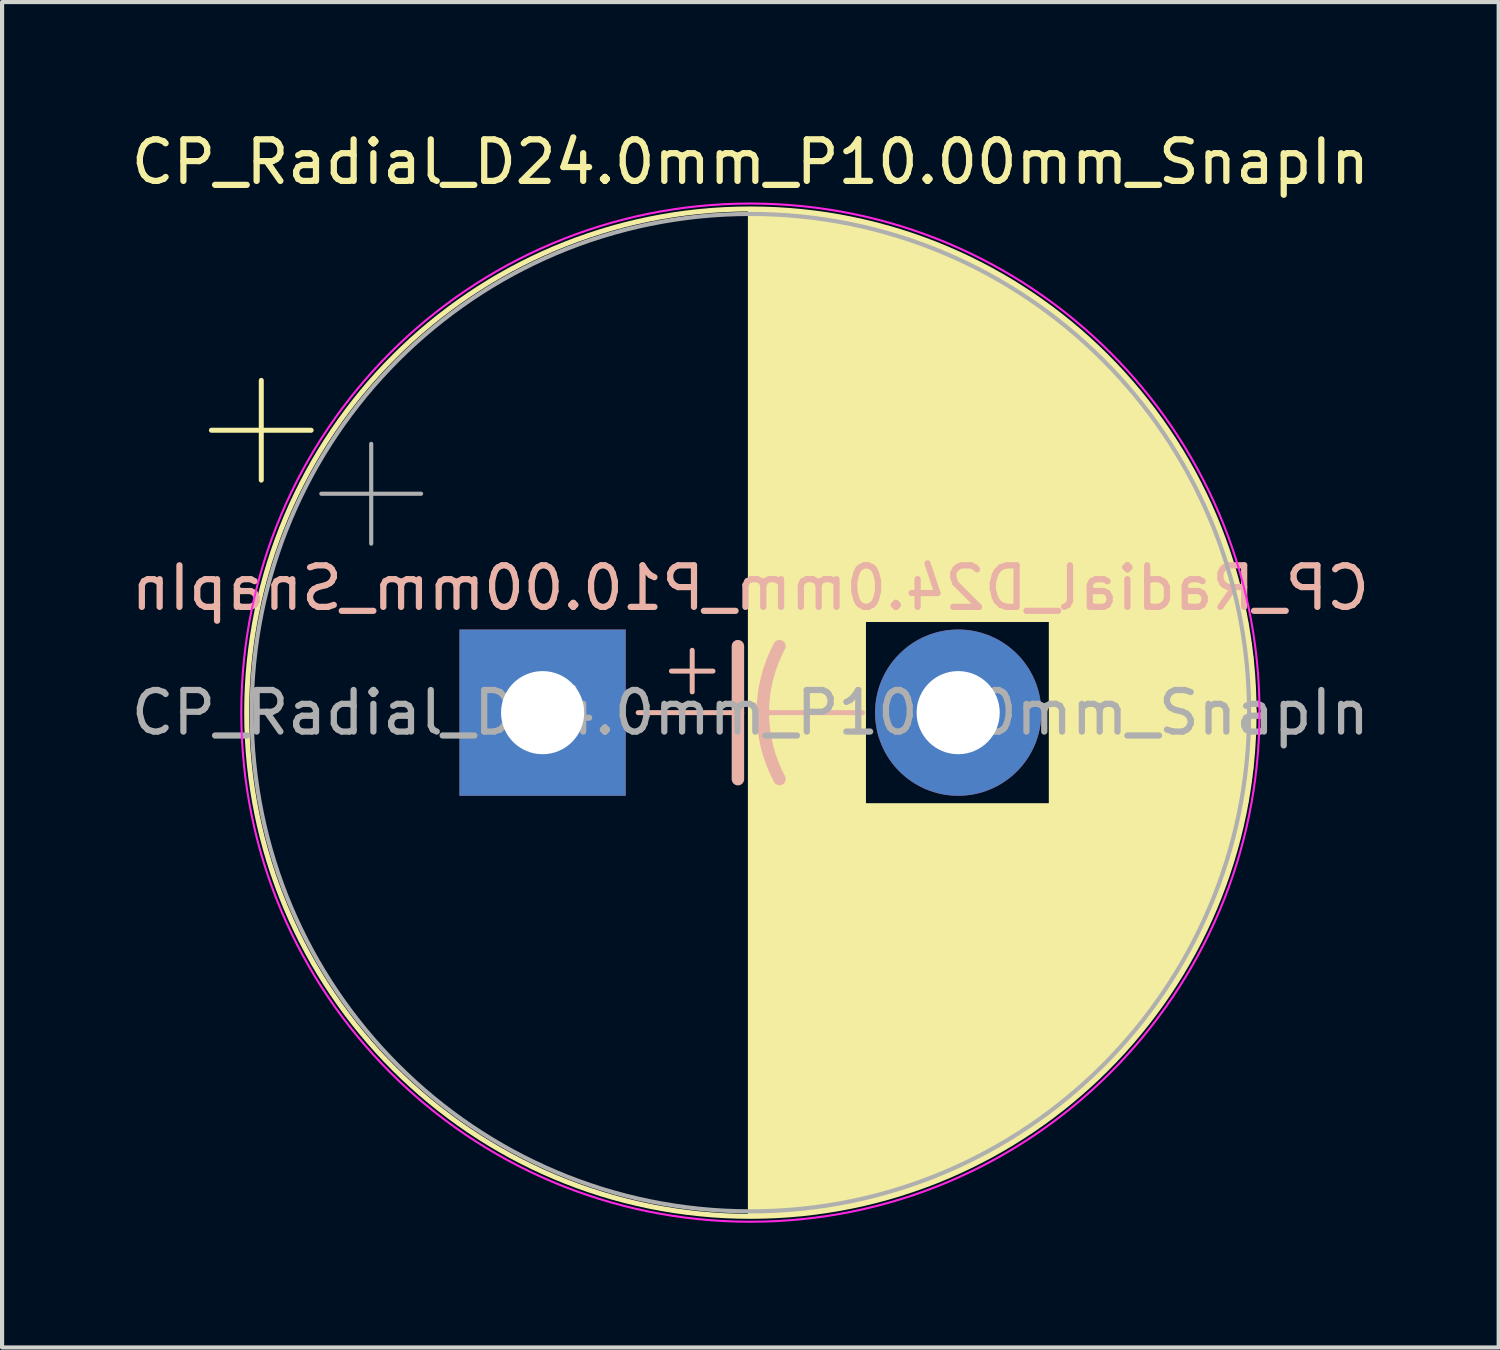
<source format=kicad_pcb>
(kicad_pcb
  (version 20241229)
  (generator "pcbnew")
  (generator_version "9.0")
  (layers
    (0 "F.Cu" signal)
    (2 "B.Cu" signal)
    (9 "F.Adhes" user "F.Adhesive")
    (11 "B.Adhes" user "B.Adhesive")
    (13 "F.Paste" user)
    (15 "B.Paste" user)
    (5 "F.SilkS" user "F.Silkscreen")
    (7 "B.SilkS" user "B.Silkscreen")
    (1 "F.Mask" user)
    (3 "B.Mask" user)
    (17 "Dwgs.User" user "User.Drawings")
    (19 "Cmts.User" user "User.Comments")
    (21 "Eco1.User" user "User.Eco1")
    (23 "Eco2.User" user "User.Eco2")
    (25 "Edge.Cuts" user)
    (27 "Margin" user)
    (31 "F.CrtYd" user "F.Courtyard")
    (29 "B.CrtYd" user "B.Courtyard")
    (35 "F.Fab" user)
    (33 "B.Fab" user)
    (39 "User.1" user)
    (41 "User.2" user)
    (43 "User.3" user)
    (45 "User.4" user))
  (footprint "CP_Radial_D24.0mm_P10.00mm_SnapIn"
    (layer "F.Cu")
    (at 10.006 14.098)
    (property "Reference" "CP_Radial_D24.0mm_P10.00mm_SnapIn" (at 5 -13.25 0) (layer "F.SilkS") (effects (font (size 1 1) (thickness 0.15))))
    (fp_line (start -7.969 -6.795) (end -5.569 -6.795) (stroke (width 0.12) (type solid)) (layer "F.SilkS"))
    (fp_line (start -6.769 -7.995) (end -6.769 -5.595) (stroke (width 0.12) (type solid)) (layer "F.SilkS"))
    (fp_line (start 5 -12.081) (end 5 12.081) (stroke (width 0.12) (type solid)) (layer "F.SilkS"))
    (fp_line (start 5.04 -12.08) (end 5.04 12.08) (stroke (width 0.12) (type solid)) (layer "F.SilkS"))
    (fp_line (start 5.08 -12.08) (end 5.08 12.08) (stroke (width 0.12) (type solid)) (layer "F.SilkS"))
    (fp_line (start 5.12 -12.08) (end 5.12 12.08) (stroke (width 0.12) (type solid)) (layer "F.SilkS"))
    (fp_line (start 5.16 -12.079) (end 5.16 12.079) (stroke (width 0.12) (type solid)) (layer "F.SilkS"))
    (fp_line (start 5.2 -12.079) (end 5.2 12.079) (stroke (width 0.12) (type solid)) (layer "F.SilkS"))
    (fp_line (start 5.24 -12.078) (end 5.24 12.078) (stroke (width 0.12) (type solid)) (layer "F.SilkS"))
    (fp_line (start 5.28 -12.077) (end 5.28 12.077) (stroke (width 0.12) (type solid)) (layer "F.SilkS"))
    (fp_line (start 5.32 -12.076) (end 5.32 12.076) (stroke (width 0.12) (type solid)) (layer "F.SilkS"))
    (fp_line (start 5.36 -12.075) (end 5.36 12.075) (stroke (width 0.12) (type solid)) (layer "F.SilkS"))
    (fp_line (start 5.4 -12.074) (end 5.4 12.074) (stroke (width 0.12) (type solid)) (layer "F.SilkS"))
    (fp_line (start 5.44 -12.073) (end 5.44 12.073) (stroke (width 0.12) (type solid)) (layer "F.SilkS"))
    (fp_line (start 5.48 -12.071) (end 5.48 12.071) (stroke (width 0.12) (type solid)) (layer "F.SilkS"))
    (fp_line (start 5.52 -12.069) (end 5.52 12.069) (stroke (width 0.12) (type solid)) (layer "F.SilkS"))
    (fp_line (start 5.56 -12.068) (end 5.56 12.068) (stroke (width 0.12) (type solid)) (layer "F.SilkS"))
    (fp_line (start 5.6 -12.066) (end 5.6 12.066) (stroke (width 0.12) (type solid)) (layer "F.SilkS"))
    (fp_line (start 5.64 -12.064) (end 5.64 12.064) (stroke (width 0.12) (type solid)) (layer "F.SilkS"))
    (fp_line (start 5.68 -12.061) (end 5.68 12.061) (stroke (width 0.12) (type solid)) (layer "F.SilkS"))
    (fp_line (start 5.721 -12.059) (end 5.721 12.059) (stroke (width 0.12) (type solid)) (layer "F.SilkS"))
    (fp_line (start 5.761 -12.057) (end 5.761 12.057) (stroke (width 0.12) (type solid)) (layer "F.SilkS"))
    (fp_line (start 5.801 -12.054) (end 5.801 12.054) (stroke (width 0.12) (type solid)) (layer "F.SilkS"))
    (fp_line (start 5.841 -12.051) (end 5.841 12.051) (stroke (width 0.12) (type solid)) (layer "F.SilkS"))
    (fp_line (start 5.881 -12.049) (end 5.881 12.049) (stroke (width 0.12) (type solid)) (layer "F.SilkS"))
    (fp_line (start 5.921 -12.046) (end 5.921 12.046) (stroke (width 0.12) (type solid)) (layer "F.SilkS"))
    (fp_line (start 5.961 -12.042) (end 5.961 12.042) (stroke (width 0.12) (type solid)) (layer "F.SilkS"))
    (fp_line (start 6.001 -12.039) (end 6.001 12.039) (stroke (width 0.12) (type solid)) (layer "F.SilkS"))
    (fp_line (start 6.041 -12.036) (end 6.041 12.036) (stroke (width 0.12) (type solid)) (layer "F.SilkS"))
    (fp_line (start 6.081 -12.032) (end 6.081 12.032) (stroke (width 0.12) (type solid)) (layer "F.SilkS"))
    (fp_line (start 6.121 -12.029) (end 6.121 12.029) (stroke (width 0.12) (type solid)) (layer "F.SilkS"))
    (fp_line (start 6.161 -12.025) (end 6.161 12.025) (stroke (width 0.12) (type solid)) (layer "F.SilkS"))
    (fp_line (start 6.201 -12.021) (end 6.201 12.021) (stroke (width 0.12) (type solid)) (layer "F.SilkS"))
    (fp_line (start 6.241 -12.017) (end 6.241 12.017) (stroke (width 0.12) (type solid)) (layer "F.SilkS"))
    (fp_line (start 6.281 -12.013) (end 6.281 12.013) (stroke (width 0.12) (type solid)) (layer "F.SilkS"))
    (fp_line (start 6.321 -12.008) (end 6.321 12.008) (stroke (width 0.12) (type solid)) (layer "F.SilkS"))
    (fp_line (start 6.361 -12.004) (end 6.361 12.004) (stroke (width 0.12) (type solid)) (layer "F.SilkS"))
    (fp_line (start 6.401 -11.999) (end 6.401 11.999) (stroke (width 0.12) (type solid)) (layer "F.SilkS"))
    (fp_line (start 6.441 -11.995) (end 6.441 11.995) (stroke (width 0.12) (type solid)) (layer "F.SilkS"))
    (fp_line (start 6.481 -11.99) (end 6.481 11.99) (stroke (width 0.12) (type solid)) (layer "F.SilkS"))
    (fp_line (start 6.521 -11.985) (end 6.521 11.985) (stroke (width 0.12) (type solid)) (layer "F.SilkS"))
    (fp_line (start 6.561 -11.98) (end 6.561 11.98) (stroke (width 0.12) (type solid)) (layer "F.SilkS"))
    (fp_line (start 6.601 -11.974) (end 6.601 11.974) (stroke (width 0.12) (type solid)) (layer "F.SilkS"))
    (fp_line (start 6.641 -11.969) (end 6.641 11.969) (stroke (width 0.12) (type solid)) (layer "F.SilkS"))
    (fp_line (start 6.681 -11.963) (end 6.681 11.963) (stroke (width 0.12) (type solid)) (layer "F.SilkS"))
    (fp_line (start 6.721 -11.958) (end 6.721 11.958) (stroke (width 0.12) (type solid)) (layer "F.SilkS"))
    (fp_line (start 6.761 -11.952) (end 6.761 11.952) (stroke (width 0.12) (type solid)) (layer "F.SilkS"))
    (fp_line (start 6.801 -11.946) (end 6.801 11.946) (stroke (width 0.12) (type solid)) (layer "F.SilkS"))
    (fp_line (start 6.841 -11.94) (end 6.841 11.94) (stroke (width 0.12) (type solid)) (layer "F.SilkS"))
    (fp_line (start 6.881 -11.934) (end 6.881 11.934) (stroke (width 0.12) (type solid)) (layer "F.SilkS"))
    (fp_line (start 6.921 -11.927) (end 6.921 11.927) (stroke (width 0.12) (type solid)) (layer "F.SilkS"))
    (fp_line (start 6.961 -11.921) (end 6.961 11.921) (stroke (width 0.12) (type solid)) (layer "F.SilkS"))
    (fp_line (start 7.001 -11.914) (end 7.001 11.914) (stroke (width 0.12) (type solid)) (layer "F.SilkS"))
    (fp_line (start 7.041 -11.908) (end 7.041 11.908) (stroke (width 0.12) (type solid)) (layer "F.SilkS"))
    (fp_line (start 7.081 -11.901) (end 7.081 11.901) (stroke (width 0.12) (type solid)) (layer "F.SilkS"))
    (fp_line (start 7.121 -11.894) (end 7.121 11.894) (stroke (width 0.12) (type solid)) (layer "F.SilkS"))
    (fp_line (start 7.161 -11.886) (end 7.161 11.886) (stroke (width 0.12) (type solid)) (layer "F.SilkS"))
    (fp_line (start 7.201 -11.879) (end 7.201 11.879) (stroke (width 0.12) (type solid)) (layer "F.SilkS"))
    (fp_line (start 7.241 -11.872) (end 7.241 11.872) (stroke (width 0.12) (type solid)) (layer "F.SilkS"))
    (fp_line (start 7.281 -11.864) (end 7.281 11.864) (stroke (width 0.12) (type solid)) (layer "F.SilkS"))
    (fp_line (start 7.321 -11.856) (end 7.321 11.856) (stroke (width 0.12) (type solid)) (layer "F.SilkS"))
    (fp_line (start 7.361 -11.849) (end 7.361 11.849) (stroke (width 0.12) (type solid)) (layer "F.SilkS"))
    (fp_line (start 7.401 -11.841) (end 7.401 11.841) (stroke (width 0.12) (type solid)) (layer "F.SilkS"))
    (fp_line (start 7.441 -11.832) (end 7.441 11.832) (stroke (width 0.12) (type solid)) (layer "F.SilkS"))
    (fp_line (start 7.481 -11.824) (end 7.481 11.824) (stroke (width 0.12) (type solid)) (layer "F.SilkS"))
    (fp_line (start 7.521 -11.816) (end 7.521 11.816) (stroke (width 0.12) (type solid)) (layer "F.SilkS"))
    (fp_line (start 7.561 -11.807) (end 7.561 11.807) (stroke (width 0.12) (type solid)) (layer "F.SilkS"))
    (fp_line (start 7.601 -11.798) (end 7.601 11.798) (stroke (width 0.12) (type solid)) (layer "F.SilkS"))
    (fp_line (start 7.641 -11.789) (end 7.641 11.789) (stroke (width 0.12) (type solid)) (layer "F.SilkS"))
    (fp_line (start 7.681 -11.78) (end 7.681 11.78) (stroke (width 0.12) (type solid)) (layer "F.SilkS"))
    (fp_line (start 7.721 -11.771) (end 7.721 11.771) (stroke (width 0.12) (type solid)) (layer "F.SilkS"))
    (fp_line (start 7.761 -11.762) (end 7.761 -2.24) (stroke (width 0.12) (type solid)) (layer "F.SilkS"))
    (fp_line (start 7.761 2.24) (end 7.761 11.762) (stroke (width 0.12) (type solid)) (layer "F.SilkS"))
    (fp_line (start 7.801 -11.753) (end 7.801 -2.24) (stroke (width 0.12) (type solid)) (layer "F.SilkS"))
    (fp_line (start 7.801 2.24) (end 7.801 11.753) (stroke (width 0.12) (type solid)) (layer "F.SilkS"))
    (fp_line (start 7.841 -11.743) (end 7.841 -2.24) (stroke (width 0.12) (type solid)) (layer "F.SilkS"))
    (fp_line (start 7.841 2.24) (end 7.841 11.743) (stroke (width 0.12) (type solid)) (layer "F.SilkS"))
    (fp_line (start 7.881 -11.733) (end 7.881 -2.24) (stroke (width 0.12) (type solid)) (layer "F.SilkS"))
    (fp_line (start 7.881 2.24) (end 7.881 11.733) (stroke (width 0.12) (type solid)) (layer "F.SilkS"))
    (fp_line (start 7.921 -11.723) (end 7.921 -2.24) (stroke (width 0.12) (type solid)) (layer "F.SilkS"))
    (fp_line (start 7.921 2.24) (end 7.921 11.723) (stroke (width 0.12) (type solid)) (layer "F.SilkS"))
    (fp_line (start 7.961 -11.713) (end 7.961 -2.24) (stroke (width 0.12) (type solid)) (layer "F.SilkS"))
    (fp_line (start 7.961 2.24) (end 7.961 11.713) (stroke (width 0.12) (type solid)) (layer "F.SilkS"))
    (fp_line (start 8.001 -11.703) (end 8.001 -2.24) (stroke (width 0.12) (type solid)) (layer "F.SilkS"))
    (fp_line (start 8.001 2.24) (end 8.001 11.703) (stroke (width 0.12) (type solid)) (layer "F.SilkS"))
    (fp_line (start 8.041 -11.693) (end 8.041 -2.24) (stroke (width 0.12) (type solid)) (layer "F.SilkS"))
    (fp_line (start 8.041 2.24) (end 8.041 11.693) (stroke (width 0.12) (type solid)) (layer "F.SilkS"))
    (fp_line (start 8.081 -11.683) (end 8.081 -2.24) (stroke (width 0.12) (type solid)) (layer "F.SilkS"))
    (fp_line (start 8.081 2.24) (end 8.081 11.683) (stroke (width 0.12) (type solid)) (layer "F.SilkS"))
    (fp_line (start 8.121 -11.672) (end 8.121 -2.24) (stroke (width 0.12) (type solid)) (layer "F.SilkS"))
    (fp_line (start 8.121 2.24) (end 8.121 11.672) (stroke (width 0.12) (type solid)) (layer "F.SilkS"))
    (fp_line (start 8.161 -11.661) (end 8.161 -2.24) (stroke (width 0.12) (type solid)) (layer "F.SilkS"))
    (fp_line (start 8.161 2.24) (end 8.161 11.661) (stroke (width 0.12) (type solid)) (layer "F.SilkS"))
    (fp_line (start 8.201 -11.65) (end 8.201 -2.24) (stroke (width 0.12) (type solid)) (layer "F.SilkS"))
    (fp_line (start 8.201 2.24) (end 8.201 11.65) (stroke (width 0.12) (type solid)) (layer "F.SilkS"))
    (fp_line (start 8.241 -11.639) (end 8.241 -2.24) (stroke (width 0.12) (type solid)) (layer "F.SilkS"))
    (fp_line (start 8.241 2.24) (end 8.241 11.639) (stroke (width 0.12) (type solid)) (layer "F.SilkS"))
    (fp_line (start 8.281 -11.628) (end 8.281 -2.24) (stroke (width 0.12) (type solid)) (layer "F.SilkS"))
    (fp_line (start 8.281 2.24) (end 8.281 11.628) (stroke (width 0.12) (type solid)) (layer "F.SilkS"))
    (fp_line (start 8.321 -11.617) (end 8.321 -2.24) (stroke (width 0.12) (type solid)) (layer "F.SilkS"))
    (fp_line (start 8.321 2.24) (end 8.321 11.617) (stroke (width 0.12) (type solid)) (layer "F.SilkS"))
    (fp_line (start 8.361 -11.605) (end 8.361 -2.24) (stroke (width 0.12) (type solid)) (layer "F.SilkS"))
    (fp_line (start 8.361 2.24) (end 8.361 11.605) (stroke (width 0.12) (type solid)) (layer "F.SilkS"))
    (fp_line (start 8.401 -11.594) (end 8.401 -2.24) (stroke (width 0.12) (type solid)) (layer "F.SilkS"))
    (fp_line (start 8.401 2.24) (end 8.401 11.594) (stroke (width 0.12) (type solid)) (layer "F.SilkS"))
    (fp_line (start 8.441 -11.582) (end 8.441 -2.24) (stroke (width 0.12) (type solid)) (layer "F.SilkS"))
    (fp_line (start 8.441 2.24) (end 8.441 11.582) (stroke (width 0.12) (type solid)) (layer "F.SilkS"))
    (fp_line (start 8.481 -11.57) (end 8.481 -2.24) (stroke (width 0.12) (type solid)) (layer "F.SilkS"))
    (fp_line (start 8.481 2.24) (end 8.481 11.57) (stroke (width 0.12) (type solid)) (layer "F.SilkS"))
    (fp_line (start 8.521 -11.558) (end 8.521 -2.24) (stroke (width 0.12) (type solid)) (layer "F.SilkS"))
    (fp_line (start 8.521 2.24) (end 8.521 11.558) (stroke (width 0.12) (type solid)) (layer "F.SilkS"))
    (fp_line (start 8.561 -11.546) (end 8.561 -2.24) (stroke (width 0.12) (type solid)) (layer "F.SilkS"))
    (fp_line (start 8.561 2.24) (end 8.561 11.546) (stroke (width 0.12) (type solid)) (layer "F.SilkS"))
    (fp_line (start 8.601 -11.534) (end 8.601 -2.24) (stroke (width 0.12) (type solid)) (layer "F.SilkS"))
    (fp_line (start 8.601 2.24) (end 8.601 11.534) (stroke (width 0.12) (type solid)) (layer "F.SilkS"))
    (fp_line (start 8.641 -11.521) (end 8.641 -2.24) (stroke (width 0.12) (type solid)) (layer "F.SilkS"))
    (fp_line (start 8.641 2.24) (end 8.641 11.521) (stroke (width 0.12) (type solid)) (layer "F.SilkS"))
    (fp_line (start 8.681 -11.508) (end 8.681 -2.24) (stroke (width 0.12) (type solid)) (layer "F.SilkS"))
    (fp_line (start 8.681 2.24) (end 8.681 11.508) (stroke (width 0.12) (type solid)) (layer "F.SilkS"))
    (fp_line (start 8.721 -11.495) (end 8.721 -2.24) (stroke (width 0.12) (type solid)) (layer "F.SilkS"))
    (fp_line (start 8.721 2.24) (end 8.721 11.495) (stroke (width 0.12) (type solid)) (layer "F.SilkS"))
    (fp_line (start 8.761 -11.483) (end 8.761 -2.24) (stroke (width 0.12) (type solid)) (layer "F.SilkS"))
    (fp_line (start 8.761 2.24) (end 8.761 11.483) (stroke (width 0.12) (type solid)) (layer "F.SilkS"))
    (fp_line (start 8.801 -11.469) (end 8.801 -2.24) (stroke (width 0.12) (type solid)) (layer "F.SilkS"))
    (fp_line (start 8.801 2.24) (end 8.801 11.469) (stroke (width 0.12) (type solid)) (layer "F.SilkS"))
    (fp_line (start 8.841 -11.456) (end 8.841 -2.24) (stroke (width 0.12) (type solid)) (layer "F.SilkS"))
    (fp_line (start 8.841 2.24) (end 8.841 11.456) (stroke (width 0.12) (type solid)) (layer "F.SilkS"))
    (fp_line (start 8.881 -11.443) (end 8.881 -2.24) (stroke (width 0.12) (type solid)) (layer "F.SilkS"))
    (fp_line (start 8.881 2.24) (end 8.881 11.443) (stroke (width 0.12) (type solid)) (layer "F.SilkS"))
    (fp_line (start 8.921 -11.429) (end 8.921 -2.24) (stroke (width 0.12) (type solid)) (layer "F.SilkS"))
    (fp_line (start 8.921 2.24) (end 8.921 11.429) (stroke (width 0.12) (type solid)) (layer "F.SilkS"))
    (fp_line (start 8.961 -11.415) (end 8.961 -2.24) (stroke (width 0.12) (type solid)) (layer "F.SilkS"))
    (fp_line (start 8.961 2.24) (end 8.961 11.415) (stroke (width 0.12) (type solid)) (layer "F.SilkS"))
    (fp_line (start 9.001 -11.401) (end 9.001 -2.24) (stroke (width 0.12) (type solid)) (layer "F.SilkS"))
    (fp_line (start 9.001 2.24) (end 9.001 11.401) (stroke (width 0.12) (type solid)) (layer "F.SilkS"))
    (fp_line (start 9.041 -11.387) (end 9.041 -2.24) (stroke (width 0.12) (type solid)) (layer "F.SilkS"))
    (fp_line (start 9.041 2.24) (end 9.041 11.387) (stroke (width 0.12) (type solid)) (layer "F.SilkS"))
    (fp_line (start 9.081 -11.373) (end 9.081 -2.24) (stroke (width 0.12) (type solid)) (layer "F.SilkS"))
    (fp_line (start 9.081 2.24) (end 9.081 11.373) (stroke (width 0.12) (type solid)) (layer "F.SilkS"))
    (fp_line (start 9.121 -11.359) (end 9.121 -2.24) (stroke (width 0.12) (type solid)) (layer "F.SilkS"))
    (fp_line (start 9.121 2.24) (end 9.121 11.359) (stroke (width 0.12) (type solid)) (layer "F.SilkS"))
    (fp_line (start 9.161 -11.344) (end 9.161 -2.24) (stroke (width 0.12) (type solid)) (layer "F.SilkS"))
    (fp_line (start 9.161 2.24) (end 9.161 11.344) (stroke (width 0.12) (type solid)) (layer "F.SilkS"))
    (fp_line (start 9.201 -11.33) (end 9.201 -2.24) (stroke (width 0.12) (type solid)) (layer "F.SilkS"))
    (fp_line (start 9.201 2.24) (end 9.201 11.33) (stroke (width 0.12) (type solid)) (layer "F.SilkS"))
    (fp_line (start 9.241 -11.315) (end 9.241 -2.24) (stroke (width 0.12) (type solid)) (layer "F.SilkS"))
    (fp_line (start 9.241 2.24) (end 9.241 11.315) (stroke (width 0.12) (type solid)) (layer "F.SilkS"))
    (fp_line (start 9.281 -11.3) (end 9.281 -2.24) (stroke (width 0.12) (type solid)) (layer "F.SilkS"))
    (fp_line (start 9.281 2.24) (end 9.281 11.3) (stroke (width 0.12) (type solid)) (layer "F.SilkS"))
    (fp_line (start 9.321 -11.284) (end 9.321 -2.24) (stroke (width 0.12) (type solid)) (layer "F.SilkS"))
    (fp_line (start 9.321 2.24) (end 9.321 11.284) (stroke (width 0.12) (type solid)) (layer "F.SilkS"))
    (fp_line (start 9.361 -11.269) (end 9.361 -2.24) (stroke (width 0.12) (type solid)) (layer "F.SilkS"))
    (fp_line (start 9.361 2.24) (end 9.361 11.269) (stroke (width 0.12) (type solid)) (layer "F.SilkS"))
    (fp_line (start 9.401 -11.254) (end 9.401 -2.24) (stroke (width 0.12) (type solid)) (layer "F.SilkS"))
    (fp_line (start 9.401 2.24) (end 9.401 11.254) (stroke (width 0.12) (type solid)) (layer "F.SilkS"))
    (fp_line (start 9.441 -11.238) (end 9.441 -2.24) (stroke (width 0.12) (type solid)) (layer "F.SilkS"))
    (fp_line (start 9.441 2.24) (end 9.441 11.238) (stroke (width 0.12) (type solid)) (layer "F.SilkS"))
    (fp_line (start 9.481 -11.222) (end 9.481 -2.24) (stroke (width 0.12) (type solid)) (layer "F.SilkS"))
    (fp_line (start 9.481 2.24) (end 9.481 11.222) (stroke (width 0.12) (type solid)) (layer "F.SilkS"))
    (fp_line (start 9.521 -11.206) (end 9.521 -2.24) (stroke (width 0.12) (type solid)) (layer "F.SilkS"))
    (fp_line (start 9.521 2.24) (end 9.521 11.206) (stroke (width 0.12) (type solid)) (layer "F.SilkS"))
    (fp_line (start 9.561 -11.19) (end 9.561 -2.24) (stroke (width 0.12) (type solid)) (layer "F.SilkS"))
    (fp_line (start 9.561 2.24) (end 9.561 11.19) (stroke (width 0.12) (type solid)) (layer "F.SilkS"))
    (fp_line (start 9.601 -11.174) (end 9.601 -2.24) (stroke (width 0.12) (type solid)) (layer "F.SilkS"))
    (fp_line (start 9.601 2.24) (end 9.601 11.174) (stroke (width 0.12) (type solid)) (layer "F.SilkS"))
    (fp_line (start 9.641 -11.157) (end 9.641 -2.24) (stroke (width 0.12) (type solid)) (layer "F.SilkS"))
    (fp_line (start 9.641 2.24) (end 9.641 11.157) (stroke (width 0.12) (type solid)) (layer "F.SilkS"))
    (fp_line (start 9.681 -11.14) (end 9.681 -2.24) (stroke (width 0.12) (type solid)) (layer "F.SilkS"))
    (fp_line (start 9.681 2.24) (end 9.681 11.14) (stroke (width 0.12) (type solid)) (layer "F.SilkS"))
    (fp_line (start 9.721 -11.124) (end 9.721 -2.24) (stroke (width 0.12) (type solid)) (layer "F.SilkS"))
    (fp_line (start 9.721 2.24) (end 9.721 11.124) (stroke (width 0.12) (type solid)) (layer "F.SilkS"))
    (fp_line (start 9.761 -11.107) (end 9.761 -2.24) (stroke (width 0.12) (type solid)) (layer "F.SilkS"))
    (fp_line (start 9.761 2.24) (end 9.761 11.107) (stroke (width 0.12) (type solid)) (layer "F.SilkS"))
    (fp_line (start 9.801 -11.089) (end 9.801 -2.24) (stroke (width 0.12) (type solid)) (layer "F.SilkS"))
    (fp_line (start 9.801 2.24) (end 9.801 11.089) (stroke (width 0.12) (type solid)) (layer "F.SilkS"))
    (fp_line (start 9.841 -11.072) (end 9.841 -2.24) (stroke (width 0.12) (type solid)) (layer "F.SilkS"))
    (fp_line (start 9.841 2.24) (end 9.841 11.072) (stroke (width 0.12) (type solid)) (layer "F.SilkS"))
    (fp_line (start 9.881 -11.055) (end 9.881 -2.24) (stroke (width 0.12) (type solid)) (layer "F.SilkS"))
    (fp_line (start 9.881 2.24) (end 9.881 11.055) (stroke (width 0.12) (type solid)) (layer "F.SilkS"))
    (fp_line (start 9.921 -11.037) (end 9.921 -2.24) (stroke (width 0.12) (type solid)) (layer "F.SilkS"))
    (fp_line (start 9.921 2.24) (end 9.921 11.037) (stroke (width 0.12) (type solid)) (layer "F.SilkS"))
    (fp_line (start 9.961 -11.019) (end 9.961 -2.24) (stroke (width 0.12) (type solid)) (layer "F.SilkS"))
    (fp_line (start 9.961 2.24) (end 9.961 11.019) (stroke (width 0.12) (type solid)) (layer "F.SilkS"))
    (fp_line (start 10.001 -11.001) (end 10.001 -2.24) (stroke (width 0.12) (type solid)) (layer "F.SilkS"))
    (fp_line (start 10.001 2.24) (end 10.001 11.001) (stroke (width 0.12) (type solid)) (layer "F.SilkS"))
    (fp_line (start 10.041 -10.983) (end 10.041 -2.24) (stroke (width 0.12) (type solid)) (layer "F.SilkS"))
    (fp_line (start 10.041 2.24) (end 10.041 10.983) (stroke (width 0.12) (type solid)) (layer "F.SilkS"))
    (fp_line (start 10.081 -10.964) (end 10.081 -2.24) (stroke (width 0.12) (type solid)) (layer "F.SilkS"))
    (fp_line (start 10.081 2.24) (end 10.081 10.964) (stroke (width 0.12) (type solid)) (layer "F.SilkS"))
    (fp_line (start 10.121 -10.946) (end 10.121 -2.24) (stroke (width 0.12) (type solid)) (layer "F.SilkS"))
    (fp_line (start 10.121 2.24) (end 10.121 10.946) (stroke (width 0.12) (type solid)) (layer "F.SilkS"))
    (fp_line (start 10.161 -10.927) (end 10.161 -2.24) (stroke (width 0.12) (type solid)) (layer "F.SilkS"))
    (fp_line (start 10.161 2.24) (end 10.161 10.927) (stroke (width 0.12) (type solid)) (layer "F.SilkS"))
    (fp_line (start 10.201 -10.908) (end 10.201 -2.24) (stroke (width 0.12) (type solid)) (layer "F.SilkS"))
    (fp_line (start 10.201 2.24) (end 10.201 10.908) (stroke (width 0.12) (type solid)) (layer "F.SilkS"))
    (fp_line (start 10.241 -10.889) (end 10.241 -2.24) (stroke (width 0.12) (type solid)) (layer "F.SilkS"))
    (fp_line (start 10.241 2.24) (end 10.241 10.889) (stroke (width 0.12) (type solid)) (layer "F.SilkS"))
    (fp_line (start 10.281 -10.87) (end 10.281 -2.24) (stroke (width 0.12) (type solid)) (layer "F.SilkS"))
    (fp_line (start 10.281 2.24) (end 10.281 10.87) (stroke (width 0.12) (type solid)) (layer "F.SilkS"))
    (fp_line (start 10.321 -10.85) (end 10.321 -2.24) (stroke (width 0.12) (type solid)) (layer "F.SilkS"))
    (fp_line (start 10.321 2.24) (end 10.321 10.85) (stroke (width 0.12) (type solid)) (layer "F.SilkS"))
    (fp_line (start 10.361 -10.831) (end 10.361 -2.24) (stroke (width 0.12) (type solid)) (layer "F.SilkS"))
    (fp_line (start 10.361 2.24) (end 10.361 10.831) (stroke (width 0.12) (type solid)) (layer "F.SilkS"))
    (fp_line (start 10.401 -10.811) (end 10.401 -2.24) (stroke (width 0.12) (type solid)) (layer "F.SilkS"))
    (fp_line (start 10.401 2.24) (end 10.401 10.811) (stroke (width 0.12) (type solid)) (layer "F.SilkS"))
    (fp_line (start 10.441 -10.791) (end 10.441 -2.24) (stroke (width 0.12) (type solid)) (layer "F.SilkS"))
    (fp_line (start 10.441 2.24) (end 10.441 10.791) (stroke (width 0.12) (type solid)) (layer "F.SilkS"))
    (fp_line (start 10.481 -10.771) (end 10.481 -2.24) (stroke (width 0.12) (type solid)) (layer "F.SilkS"))
    (fp_line (start 10.481 2.24) (end 10.481 10.771) (stroke (width 0.12) (type solid)) (layer "F.SilkS"))
    (fp_line (start 10.521 -10.75) (end 10.521 -2.24) (stroke (width 0.12) (type solid)) (layer "F.SilkS"))
    (fp_line (start 10.521 2.24) (end 10.521 10.75) (stroke (width 0.12) (type solid)) (layer "F.SilkS"))
    (fp_line (start 10.561 -10.73) (end 10.561 -2.24) (stroke (width 0.12) (type solid)) (layer "F.SilkS"))
    (fp_line (start 10.561 2.24) (end 10.561 10.73) (stroke (width 0.12) (type solid)) (layer "F.SilkS"))
    (fp_line (start 10.601 -10.709) (end 10.601 -2.24) (stroke (width 0.12) (type solid)) (layer "F.SilkS"))
    (fp_line (start 10.601 2.24) (end 10.601 10.709) (stroke (width 0.12) (type solid)) (layer "F.SilkS"))
    (fp_line (start 10.641 -10.688) (end 10.641 -2.24) (stroke (width 0.12) (type solid)) (layer "F.SilkS"))
    (fp_line (start 10.641 2.24) (end 10.641 10.688) (stroke (width 0.12) (type solid)) (layer "F.SilkS"))
    (fp_line (start 10.681 -10.667) (end 10.681 -2.24) (stroke (width 0.12) (type solid)) (layer "F.SilkS"))
    (fp_line (start 10.681 2.24) (end 10.681 10.667) (stroke (width 0.12) (type solid)) (layer "F.SilkS"))
    (fp_line (start 10.721 -10.646) (end 10.721 -2.24) (stroke (width 0.12) (type solid)) (layer "F.SilkS"))
    (fp_line (start 10.721 2.24) (end 10.721 10.646) (stroke (width 0.12) (type solid)) (layer "F.SilkS"))
    (fp_line (start 10.761 -10.624) (end 10.761 -2.24) (stroke (width 0.12) (type solid)) (layer "F.SilkS"))
    (fp_line (start 10.761 2.24) (end 10.761 10.624) (stroke (width 0.12) (type solid)) (layer "F.SilkS"))
    (fp_line (start 10.801 -10.603) (end 10.801 -2.24) (stroke (width 0.12) (type solid)) (layer "F.SilkS"))
    (fp_line (start 10.801 2.24) (end 10.801 10.603) (stroke (width 0.12) (type solid)) (layer "F.SilkS"))
    (fp_line (start 10.841 -10.581) (end 10.841 -2.24) (stroke (width 0.12) (type solid)) (layer "F.SilkS"))
    (fp_line (start 10.841 2.24) (end 10.841 10.581) (stroke (width 0.12) (type solid)) (layer "F.SilkS"))
    (fp_line (start 10.881 -10.559) (end 10.881 -2.24) (stroke (width 0.12) (type solid)) (layer "F.SilkS"))
    (fp_line (start 10.881 2.24) (end 10.881 10.559) (stroke (width 0.12) (type solid)) (layer "F.SilkS"))
    (fp_line (start 10.921 -10.536) (end 10.921 -2.24) (stroke (width 0.12) (type solid)) (layer "F.SilkS"))
    (fp_line (start 10.921 2.24) (end 10.921 10.536) (stroke (width 0.12) (type solid)) (layer "F.SilkS"))
    (fp_line (start 10.961 -10.514) (end 10.961 -2.24) (stroke (width 0.12) (type solid)) (layer "F.SilkS"))
    (fp_line (start 10.961 2.24) (end 10.961 10.514) (stroke (width 0.12) (type solid)) (layer "F.SilkS"))
    (fp_line (start 11.001 -10.491) (end 11.001 -2.24) (stroke (width 0.12) (type solid)) (layer "F.SilkS"))
    (fp_line (start 11.001 2.24) (end 11.001 10.491) (stroke (width 0.12) (type solid)) (layer "F.SilkS"))
    (fp_line (start 11.041 -10.468) (end 11.041 -2.24) (stroke (width 0.12) (type solid)) (layer "F.SilkS"))
    (fp_line (start 11.041 2.24) (end 11.041 10.468) (stroke (width 0.12) (type solid)) (layer "F.SilkS"))
    (fp_line (start 11.081 -10.445) (end 11.081 -2.24) (stroke (width 0.12) (type solid)) (layer "F.SilkS"))
    (fp_line (start 11.081 2.24) (end 11.081 10.445) (stroke (width 0.12) (type solid)) (layer "F.SilkS"))
    (fp_line (start 11.121 -10.422) (end 11.121 -2.24) (stroke (width 0.12) (type solid)) (layer "F.SilkS"))
    (fp_line (start 11.121 2.24) (end 11.121 10.422) (stroke (width 0.12) (type solid)) (layer "F.SilkS"))
    (fp_line (start 11.161 -10.398) (end 11.161 -2.24) (stroke (width 0.12) (type solid)) (layer "F.SilkS"))
    (fp_line (start 11.161 2.24) (end 11.161 10.398) (stroke (width 0.12) (type solid)) (layer "F.SilkS"))
    (fp_line (start 11.201 -10.375) (end 11.201 -2.24) (stroke (width 0.12) (type solid)) (layer "F.SilkS"))
    (fp_line (start 11.201 2.24) (end 11.201 10.375) (stroke (width 0.12) (type solid)) (layer "F.SilkS"))
    (fp_line (start 11.241 -10.351) (end 11.241 -2.24) (stroke (width 0.12) (type solid)) (layer "F.SilkS"))
    (fp_line (start 11.241 2.24) (end 11.241 10.351) (stroke (width 0.12) (type solid)) (layer "F.SilkS"))
    (fp_line (start 11.281 -10.327) (end 11.281 -2.24) (stroke (width 0.12) (type solid)) (layer "F.SilkS"))
    (fp_line (start 11.281 2.24) (end 11.281 10.327) (stroke (width 0.12) (type solid)) (layer "F.SilkS"))
    (fp_line (start 11.321 -10.302) (end 11.321 -2.24) (stroke (width 0.12) (type solid)) (layer "F.SilkS"))
    (fp_line (start 11.321 2.24) (end 11.321 10.302) (stroke (width 0.12) (type solid)) (layer "F.SilkS"))
    (fp_line (start 11.361 -10.278) (end 11.361 -2.24) (stroke (width 0.12) (type solid)) (layer "F.SilkS"))
    (fp_line (start 11.361 2.24) (end 11.361 10.278) (stroke (width 0.12) (type solid)) (layer "F.SilkS"))
    (fp_line (start 11.401 -10.253) (end 11.401 -2.24) (stroke (width 0.12) (type solid)) (layer "F.SilkS"))
    (fp_line (start 11.401 2.24) (end 11.401 10.253) (stroke (width 0.12) (type solid)) (layer "F.SilkS"))
    (fp_line (start 11.441 -10.228) (end 11.441 -2.24) (stroke (width 0.12) (type solid)) (layer "F.SilkS"))
    (fp_line (start 11.441 2.24) (end 11.441 10.228) (stroke (width 0.12) (type solid)) (layer "F.SilkS"))
    (fp_line (start 11.481 -10.203) (end 11.481 -2.24) (stroke (width 0.12) (type solid)) (layer "F.SilkS"))
    (fp_line (start 11.481 2.24) (end 11.481 10.203) (stroke (width 0.12) (type solid)) (layer "F.SilkS"))
    (fp_line (start 11.521 -10.177) (end 11.521 -2.24) (stroke (width 0.12) (type solid)) (layer "F.SilkS"))
    (fp_line (start 11.521 2.24) (end 11.521 10.177) (stroke (width 0.12) (type solid)) (layer "F.SilkS"))
    (fp_line (start 11.561 -10.152) (end 11.561 -2.24) (stroke (width 0.12) (type solid)) (layer "F.SilkS"))
    (fp_line (start 11.561 2.24) (end 11.561 10.152) (stroke (width 0.12) (type solid)) (layer "F.SilkS"))
    (fp_line (start 11.601 -10.126) (end 11.601 -2.24) (stroke (width 0.12) (type solid)) (layer "F.SilkS"))
    (fp_line (start 11.601 2.24) (end 11.601 10.126) (stroke (width 0.12) (type solid)) (layer "F.SilkS"))
    (fp_line (start 11.641 -10.1) (end 11.641 -2.24) (stroke (width 0.12) (type solid)) (layer "F.SilkS"))
    (fp_line (start 11.641 2.24) (end 11.641 10.1) (stroke (width 0.12) (type solid)) (layer "F.SilkS"))
    (fp_line (start 11.681 -10.073) (end 11.681 -2.24) (stroke (width 0.12) (type solid)) (layer "F.SilkS"))
    (fp_line (start 11.681 2.24) (end 11.681 10.073) (stroke (width 0.12) (type solid)) (layer "F.SilkS"))
    (fp_line (start 11.721 -10.047) (end 11.721 -2.24) (stroke (width 0.12) (type solid)) (layer "F.SilkS"))
    (fp_line (start 11.721 2.24) (end 11.721 10.047) (stroke (width 0.12) (type solid)) (layer "F.SilkS"))
    (fp_line (start 11.761 -10.02) (end 11.761 -2.24) (stroke (width 0.12) (type solid)) (layer "F.SilkS"))
    (fp_line (start 11.761 2.24) (end 11.761 10.02) (stroke (width 0.12) (type solid)) (layer "F.SilkS"))
    (fp_line (start 11.801 -9.993) (end 11.801 -2.24) (stroke (width 0.12) (type solid)) (layer "F.SilkS"))
    (fp_line (start 11.801 2.24) (end 11.801 9.993) (stroke (width 0.12) (type solid)) (layer "F.SilkS"))
    (fp_line (start 11.841 -9.966) (end 11.841 -2.24) (stroke (width 0.12) (type solid)) (layer "F.SilkS"))
    (fp_line (start 11.841 2.24) (end 11.841 9.966) (stroke (width 0.12) (type solid)) (layer "F.SilkS"))
    (fp_line (start 11.881 -9.938) (end 11.881 -2.24) (stroke (width 0.12) (type solid)) (layer "F.SilkS"))
    (fp_line (start 11.881 2.24) (end 11.881 9.938) (stroke (width 0.12) (type solid)) (layer "F.SilkS"))
    (fp_line (start 11.921 -9.911) (end 11.921 -2.24) (stroke (width 0.12) (type solid)) (layer "F.SilkS"))
    (fp_line (start 11.921 2.24) (end 11.921 9.911) (stroke (width 0.12) (type solid)) (layer "F.SilkS"))
    (fp_line (start 11.961 -9.883) (end 11.961 -2.24) (stroke (width 0.12) (type solid)) (layer "F.SilkS"))
    (fp_line (start 11.961 2.24) (end 11.961 9.883) (stroke (width 0.12) (type solid)) (layer "F.SilkS"))
    (fp_line (start 12.001 -9.855) (end 12.001 -2.24) (stroke (width 0.12) (type solid)) (layer "F.SilkS"))
    (fp_line (start 12.001 2.24) (end 12.001 9.855) (stroke (width 0.12) (type solid)) (layer "F.SilkS"))
    (fp_line (start 12.041 -9.826) (end 12.041 -2.24) (stroke (width 0.12) (type solid)) (layer "F.SilkS"))
    (fp_line (start 12.041 2.24) (end 12.041 9.826) (stroke (width 0.12) (type solid)) (layer "F.SilkS"))
    (fp_line (start 12.081 -9.798) (end 12.081 -2.24) (stroke (width 0.12) (type solid)) (layer "F.SilkS"))
    (fp_line (start 12.081 2.24) (end 12.081 9.798) (stroke (width 0.12) (type solid)) (layer "F.SilkS"))
    (fp_line (start 12.121 -9.769) (end 12.121 -2.24) (stroke (width 0.12) (type solid)) (layer "F.SilkS"))
    (fp_line (start 12.121 2.24) (end 12.121 9.769) (stroke (width 0.12) (type solid)) (layer "F.SilkS"))
    (fp_line (start 12.161 -9.739) (end 12.161 -2.24) (stroke (width 0.12) (type solid)) (layer "F.SilkS"))
    (fp_line (start 12.161 2.24) (end 12.161 9.739) (stroke (width 0.12) (type solid)) (layer "F.SilkS"))
    (fp_line (start 12.201 -9.71) (end 12.201 -2.24) (stroke (width 0.12) (type solid)) (layer "F.SilkS"))
    (fp_line (start 12.201 2.24) (end 12.201 9.71) (stroke (width 0.12) (type solid)) (layer "F.SilkS"))
    (fp_line (start 12.241 -9.68) (end 12.241 9.68) (stroke (width 0.12) (type solid)) (layer "F.SilkS"))
    (fp_line (start 12.281 -9.65) (end 12.281 9.65) (stroke (width 0.12) (type solid)) (layer "F.SilkS"))
    (fp_line (start 12.321 -9.62) (end 12.321 9.62) (stroke (width 0.12) (type solid)) (layer "F.SilkS"))
    (fp_line (start 12.361 -9.59) (end 12.361 9.59) (stroke (width 0.12) (type solid)) (layer "F.SilkS"))
    (fp_line (start 12.401 -9.559) (end 12.401 9.559) (stroke (width 0.12) (type solid)) (layer "F.SilkS"))
    (fp_line (start 12.441 -9.528) (end 12.441 9.528) (stroke (width 0.12) (type solid)) (layer "F.SilkS"))
    (fp_line (start 12.481 -9.497) (end 12.481 9.497) (stroke (width 0.12) (type solid)) (layer "F.SilkS"))
    (fp_line (start 12.521 -9.465) (end 12.521 9.465) (stroke (width 0.12) (type solid)) (layer "F.SilkS"))
    (fp_line (start 12.561 -9.434) (end 12.561 9.434) (stroke (width 0.12) (type solid)) (layer "F.SilkS"))
    (fp_line (start 12.601 -9.402) (end 12.601 9.402) (stroke (width 0.12) (type solid)) (layer "F.SilkS"))
    (fp_line (start 12.641 -9.369) (end 12.641 9.369) (stroke (width 0.12) (type solid)) (layer "F.SilkS"))
    (fp_line (start 12.681 -9.337) (end 12.681 9.337) (stroke (width 0.12) (type solid)) (layer "F.SilkS"))
    (fp_line (start 12.721 -9.304) (end 12.721 9.304) (stroke (width 0.12) (type solid)) (layer "F.SilkS"))
    (fp_line (start 12.761 -9.271) (end 12.761 9.271) (stroke (width 0.12) (type solid)) (layer "F.SilkS"))
    (fp_line (start 12.801 -9.237) (end 12.801 9.237) (stroke (width 0.12) (type solid)) (layer "F.SilkS"))
    (fp_line (start 12.841 -9.203) (end 12.841 9.203) (stroke (width 0.12) (type solid)) (layer "F.SilkS"))
    (fp_line (start 12.881 -9.169) (end 12.881 9.169) (stroke (width 0.12) (type solid)) (layer "F.SilkS"))
    (fp_line (start 12.921 -9.135) (end 12.921 9.135) (stroke (width 0.12) (type solid)) (layer "F.SilkS"))
    (fp_line (start 12.961 -9.1) (end 12.961 9.1) (stroke (width 0.12) (type solid)) (layer "F.SilkS"))
    (fp_line (start 13.001 -9.065) (end 13.001 9.065) (stroke (width 0.12) (type solid)) (layer "F.SilkS"))
    (fp_line (start 13.041 -9.03) (end 13.041 9.03) (stroke (width 0.12) (type solid)) (layer "F.SilkS"))
    (fp_line (start 13.081 -8.994) (end 13.081 8.994) (stroke (width 0.12) (type solid)) (layer "F.SilkS"))
    (fp_line (start 13.121 -8.958) (end 13.121 8.958) (stroke (width 0.12) (type solid)) (layer "F.SilkS"))
    (fp_line (start 13.161 -8.922) (end 13.161 8.922) (stroke (width 0.12) (type solid)) (layer "F.SilkS"))
    (fp_line (start 13.2 -8.885) (end 13.2 8.885) (stroke (width 0.12) (type solid)) (layer "F.SilkS"))
    (fp_line (start 13.24 -8.849) (end 13.24 8.849) (stroke (width 0.12) (type solid)) (layer "F.SilkS"))
    (fp_line (start 13.28 -8.811) (end 13.28 8.811) (stroke (width 0.12) (type solid)) (layer "F.SilkS"))
    (fp_line (start 13.32 -8.774) (end 13.32 8.774) (stroke (width 0.12) (type solid)) (layer "F.SilkS"))
    (fp_line (start 13.36 -8.736) (end 13.36 8.736) (stroke (width 0.12) (type solid)) (layer "F.SilkS"))
    (fp_line (start 13.4 -8.697) (end 13.4 8.697) (stroke (width 0.12) (type solid)) (layer "F.SilkS"))
    (fp_line (start 13.44 -8.659) (end 13.44 8.659) (stroke (width 0.12) (type solid)) (layer "F.SilkS"))
    (fp_line (start 13.48 -8.62) (end 13.48 8.62) (stroke (width 0.12) (type solid)) (layer "F.SilkS"))
    (fp_line (start 13.52 -8.58) (end 13.52 8.58) (stroke (width 0.12) (type solid)) (layer "F.SilkS"))
    (fp_line (start 13.56 -8.541) (end 13.56 8.541) (stroke (width 0.12) (type solid)) (layer "F.SilkS"))
    (fp_line (start 13.6 -8.501) (end 13.6 8.501) (stroke (width 0.12) (type solid)) (layer "F.SilkS"))
    (fp_line (start 13.64 -8.46) (end 13.64 8.46) (stroke (width 0.12) (type solid)) (layer "F.SilkS"))
    (fp_line (start 13.68 -8.419) (end 13.68 8.419) (stroke (width 0.12) (type solid)) (layer "F.SilkS"))
    (fp_line (start 13.72 -8.378) (end 13.72 8.378) (stroke (width 0.12) (type solid)) (layer "F.SilkS"))
    (fp_line (start 13.76 -8.336) (end 13.76 8.336) (stroke (width 0.12) (type solid)) (layer "F.SilkS"))
    (fp_line (start 13.8 -8.294) (end 13.8 8.294) (stroke (width 0.12) (type solid)) (layer "F.SilkS"))
    (fp_line (start 13.84 -8.252) (end 13.84 8.252) (stroke (width 0.12) (type solid)) (layer "F.SilkS"))
    (fp_line (start 13.88 -8.209) (end 13.88 8.209) (stroke (width 0.12) (type solid)) (layer "F.SilkS"))
    (fp_line (start 13.92 -8.166) (end 13.92 8.166) (stroke (width 0.12) (type solid)) (layer "F.SilkS"))
    (fp_line (start 13.96 -8.122) (end 13.96 8.122) (stroke (width 0.12) (type solid)) (layer "F.SilkS"))
    (fp_line (start 14 -8.078) (end 14 8.078) (stroke (width 0.12) (type solid)) (layer "F.SilkS"))
    (fp_line (start 14.04 -8.033) (end 14.04 8.033) (stroke (width 0.12) (type solid)) (layer "F.SilkS"))
    (fp_line (start 14.08 -7.988) (end 14.08 7.988) (stroke (width 0.12) (type solid)) (layer "F.SilkS"))
    (fp_line (start 14.12 -7.943) (end 14.12 7.943) (stroke (width 0.12) (type solid)) (layer "F.SilkS"))
    (fp_line (start 14.16 -7.897) (end 14.16 7.897) (stroke (width 0.12) (type solid)) (layer "F.SilkS"))
    (fp_line (start 14.2 -7.851) (end 14.2 7.851) (stroke (width 0.12) (type solid)) (layer "F.SilkS"))
    (fp_line (start 14.24 -7.804) (end 14.24 7.804) (stroke (width 0.12) (type solid)) (layer "F.SilkS"))
    (fp_line (start 14.28 -7.756) (end 14.28 7.756) (stroke (width 0.12) (type solid)) (layer "F.SilkS"))
    (fp_line (start 14.32 -7.709) (end 14.32 7.709) (stroke (width 0.12) (type solid)) (layer "F.SilkS"))
    (fp_line (start 14.36 -7.66) (end 14.36 7.66) (stroke (width 0.12) (type solid)) (layer "F.SilkS"))
    (fp_line (start 14.4 -7.611) (end 14.4 7.611) (stroke (width 0.12) (type solid)) (layer "F.SilkS"))
    (fp_line (start 14.44 -7.562) (end 14.44 7.562) (stroke (width 0.12) (type solid)) (layer "F.SilkS"))
    (fp_line (start 14.48 -7.512) (end 14.48 7.512) (stroke (width 0.12) (type solid)) (layer "F.SilkS"))
    (fp_line (start 14.52 -7.461) (end 14.52 7.461) (stroke (width 0.12) (type solid)) (layer "F.SilkS"))
    (fp_line (start 14.56 -7.41) (end 14.56 7.41) (stroke (width 0.12) (type solid)) (layer "F.SilkS"))
    (fp_line (start 14.6 -7.359) (end 14.6 7.359) (stroke (width 0.12) (type solid)) (layer "F.SilkS"))
    (fp_line (start 14.64 -7.307) (end 14.64 7.307) (stroke (width 0.12) (type solid)) (layer "F.SilkS"))
    (fp_line (start 14.68 -7.254) (end 14.68 7.254) (stroke (width 0.12) (type solid)) (layer "F.SilkS"))
    (fp_line (start 14.72 -7.2) (end 14.72 7.2) (stroke (width 0.12) (type solid)) (layer "F.SilkS"))
    (fp_line (start 14.76 -7.146) (end 14.76 7.146) (stroke (width 0.12) (type solid)) (layer "F.SilkS"))
    (fp_line (start 14.8 -7.092) (end 14.8 7.092) (stroke (width 0.12) (type solid)) (layer "F.SilkS"))
    (fp_line (start 14.84 -7.036) (end 14.84 7.036) (stroke (width 0.12) (type solid)) (layer "F.SilkS"))
    (fp_line (start 14.88 -6.98) (end 14.88 6.98) (stroke (width 0.12) (type solid)) (layer "F.SilkS"))
    (fp_line (start 14.92 -6.924) (end 14.92 6.924) (stroke (width 0.12) (type solid)) (layer "F.SilkS"))
    (fp_line (start 14.96 -6.866) (end 14.96 6.866) (stroke (width 0.12) (type solid)) (layer "F.SilkS"))
    (fp_line (start 15 -6.808) (end 15 6.808) (stroke (width 0.12) (type solid)) (layer "F.SilkS"))
    (fp_line (start 15.04 -6.75) (end 15.04 6.75) (stroke (width 0.12) (type solid)) (layer "F.SilkS"))
    (fp_line (start 15.08 -6.69) (end 15.08 6.69) (stroke (width 0.12) (type solid)) (layer "F.SilkS"))
    (fp_line (start 15.12 -6.63) (end 15.12 6.63) (stroke (width 0.12) (type solid)) (layer "F.SilkS"))
    (fp_line (start 15.16 -6.569) (end 15.16 6.569) (stroke (width 0.12) (type solid)) (layer "F.SilkS"))
    (fp_line (start 15.2 -6.507) (end 15.2 6.507) (stroke (width 0.12) (type solid)) (layer "F.SilkS"))
    (fp_line (start 15.24 -6.444) (end 15.24 6.444) (stroke (width 0.12) (type solid)) (layer "F.SilkS"))
    (fp_line (start 15.28 -6.38) (end 15.28 6.38) (stroke (width 0.12) (type solid)) (layer "F.SilkS"))
    (fp_line (start 15.32 -6.316) (end 15.32 6.316) (stroke (width 0.12) (type solid)) (layer "F.SilkS"))
    (fp_line (start 15.36 -6.251) (end 15.36 6.251) (stroke (width 0.12) (type solid)) (layer "F.SilkS"))
    (fp_line (start 15.4 -6.184) (end 15.4 6.184) (stroke (width 0.12) (type solid)) (layer "F.SilkS"))
    (fp_line (start 15.44 -6.117) (end 15.44 6.117) (stroke (width 0.12) (type solid)) (layer "F.SilkS"))
    (fp_line (start 15.48 -6.049) (end 15.48 6.049) (stroke (width 0.12) (type solid)) (layer "F.SilkS"))
    (fp_line (start 15.52 -5.979) (end 15.52 5.979) (stroke (width 0.12) (type solid)) (layer "F.SilkS"))
    (fp_line (start 15.56 -5.909) (end 15.56 5.909) (stroke (width 0.12) (type solid)) (layer "F.SilkS"))
    (fp_line (start 15.6 -5.837) (end 15.6 5.837) (stroke (width 0.12) (type solid)) (layer "F.SilkS"))
    (fp_line (start 15.64 -5.764) (end 15.64 5.764) (stroke (width 0.12) (type solid)) (layer "F.SilkS"))
    (fp_line (start 15.68 -5.69) (end 15.68 5.69) (stroke (width 0.12) (type solid)) (layer "F.SilkS"))
    (fp_line (start 15.72 -5.615) (end 15.72 5.615) (stroke (width 0.12) (type solid)) (layer "F.SilkS"))
    (fp_line (start 15.76 -5.539) (end 15.76 5.539) (stroke (width 0.12) (type solid)) (layer "F.SilkS"))
    (fp_line (start 15.8 -5.461) (end 15.8 5.461) (stroke (width 0.12) (type solid)) (layer "F.SilkS"))
    (fp_line (start 15.84 -5.382) (end 15.84 5.382) (stroke (width 0.12) (type solid)) (layer "F.SilkS"))
    (fp_line (start 15.88 -5.301) (end 15.88 5.301) (stroke (width 0.12) (type solid)) (layer "F.SilkS"))
    (fp_line (start 15.92 -5.219) (end 15.92 5.219) (stroke (width 0.12) (type solid)) (layer "F.SilkS"))
    (fp_line (start 15.96 -5.135) (end 15.96 5.135) (stroke (width 0.12) (type solid)) (layer "F.SilkS"))
    (fp_line (start 16 -5.049) (end 16 5.049) (stroke (width 0.12) (type solid)) (layer "F.SilkS"))
    (fp_line (start 16.04 -4.962) (end 16.04 4.962) (stroke (width 0.12) (type solid)) (layer "F.SilkS"))
    (fp_line (start 16.08 -4.873) (end 16.08 4.873) (stroke (width 0.12) (type solid)) (layer "F.SilkS"))
    (fp_line (start 16.12 -4.781) (end 16.12 4.781) (stroke (width 0.12) (type solid)) (layer "F.SilkS"))
    (fp_line (start 16.16 -4.688) (end 16.16 4.688) (stroke (width 0.12) (type solid)) (layer "F.SilkS"))
    (fp_line (start 16.2 -4.592) (end 16.2 4.592) (stroke (width 0.12) (type solid)) (layer "F.SilkS"))
    (fp_line (start 16.24 -4.494) (end 16.24 4.494) (stroke (width 0.12) (type solid)) (layer "F.SilkS"))
    (fp_line (start 16.28 -4.394) (end 16.28 4.394) (stroke (width 0.12) (type solid)) (layer "F.SilkS"))
    (fp_line (start 16.32 -4.291) (end 16.32 4.291) (stroke (width 0.12) (type solid)) (layer "F.SilkS"))
    (fp_line (start 16.36 -4.185) (end 16.36 4.185) (stroke (width 0.12) (type solid)) (layer "F.SilkS"))
    (fp_line (start 16.4 -4.076) (end 16.4 4.076) (stroke (width 0.12) (type solid)) (layer "F.SilkS"))
    (fp_line (start 16.44 -3.963) (end 16.44 3.963) (stroke (width 0.12) (type solid)) (layer "F.SilkS"))
    (fp_line (start 16.48 -3.847) (end 16.48 3.847) (stroke (width 0.12) (type solid)) (layer "F.SilkS"))
    (fp_line (start 16.52 -3.727) (end 16.52 3.727) (stroke (width 0.12) (type solid)) (layer "F.SilkS"))
    (fp_line (start 16.56 -3.602) (end 16.56 3.602) (stroke (width 0.12) (type solid)) (layer "F.SilkS"))
    (fp_line (start 16.6 -3.473) (end 16.6 3.473) (stroke (width 0.12) (type solid)) (layer "F.SilkS"))
    (fp_line (start 16.64 -3.338) (end 16.64 3.338) (stroke (width 0.12) (type solid)) (layer "F.SilkS"))
    (fp_line (start 16.68 -3.197) (end 16.68 3.197) (stroke (width 0.12) (type solid)) (layer "F.SilkS"))
    (fp_line (start 16.72 -3.049) (end 16.72 3.049) (stroke (width 0.12) (type solid)) (layer "F.SilkS"))
    (fp_line (start 16.76 -2.893) (end 16.76 2.893) (stroke (width 0.12) (type solid)) (layer "F.SilkS"))
    (fp_line (start 16.8 -2.727) (end 16.8 2.727) (stroke (width 0.12) (type solid)) (layer "F.SilkS"))
    (fp_line (start 16.84 -2.551) (end 16.84 2.551) (stroke (width 0.12) (type solid)) (layer "F.SilkS"))
    (fp_line (start 16.88 -2.361) (end 16.88 2.361) (stroke (width 0.12) (type solid)) (layer "F.SilkS"))
    (fp_line (start 16.92 -2.153) (end 16.92 2.153) (stroke (width 0.12) (type solid)) (layer "F.SilkS"))
    (fp_line (start 16.96 -1.923) (end 16.96 1.923) (stroke (width 0.12) (type solid)) (layer "F.SilkS"))
    (fp_line (start 17 -1.662) (end 17 1.662) (stroke (width 0.12) (type solid)) (layer "F.SilkS"))
    (fp_line (start 17.04 -1.351) (end 17.04 1.351) (stroke (width 0.12) (type solid)) (layer "F.SilkS"))
    (fp_line (start 17.08 -0.944) (end 17.08 0.944) (stroke (width 0.12) (type solid)) (layer "F.SilkS"))
    (fp_line (start 17.12 -0.04) (end 17.12 0.04) (stroke (width 0.12) (type solid)) (layer "F.SilkS"))
    (fp_circle (center 5 0) (end 17.12 0) (stroke (width 0.12) (type solid)) (fill no) (layer "F.SilkS"))
    (fp_line (start 2.3 0) (end 4.7 0) (stroke (width 0.12) (type solid)) (layer "B.SilkS"))
    (fp_line (start 3.1 -1) (end 4.1 -1) (stroke (width 0.12) (type solid)) (layer "B.SilkS"))
    (fp_line (start 3.6 -0.5) (end 3.6 -1.5) (stroke (width 0.12) (type solid)) (layer "B.SilkS"))
    (fp_line (start 4.7 0) (end 4.7 -1.6) (stroke (width 0.3) (type solid)) (layer "B.SilkS"))
    (fp_line (start 4.7 0) (end 4.7 1.6) (stroke (width 0.3) (type solid)) (layer "B.SilkS"))
    (fp_line (start 7.7 0) (end 5.3 0) (stroke (width 0.12) (type solid)) (layer "B.SilkS"))
    (fp_arc (start 5.3 0) (mid 5.400512 -0.824872) (end 5.7 -1.6) (stroke (width 0.3) (type solid)) (layer "B.SilkS"))
    (fp_arc (start 5.7 1.596157) (mid 5.401651 0.822725) (end 5.3 0) (stroke (width 0.3) (type solid)) (layer "B.SilkS"))
    (fp_circle (center 5 0) (end 17.25 0) (stroke (width 0.05) (type solid)) (fill no) (layer "F.CrtYd"))
    (fp_line (start -5.324 -5.268) (end -2.924 -5.268) (stroke (width 0.1) (type solid)) (layer "F.Fab"))
    (fp_line (start -4.124 -6.468) (end -4.124 -4.067) (stroke (width 0.1) (type solid)) (layer "F.Fab"))
    (fp_circle (center 5 0) (end 17 0) (stroke (width 0.1) (type solid)) (fill no) (layer "F.Fab"))
    (fp_text user "${REFERENCE}" (at 5 -3 0) (layer "B.SilkS") (effects (font (size 1 1) (thickness 0.15)) (justify mirror)))
    (fp_text user "${REFERENCE}" (at 5 0 0) (layer "F.Fab") (effects (font (size 1 1) (thickness 0.15))))
    (pad "1" thru_hole rect (at 0 0) (size 4 4) (drill 2) (layers "*.Cu" "*.Mask"))
    (pad "2" thru_hole circle (at 10 0) (size 4 4) (drill 2) (layers "*.Cu" "*.Mask")))
  (gr_rect
    (start -3 -3)
    (end 33.012 29.373)
    (stroke (width 0.1) (type default))
    (fill no)
    (layer "Edge.Cuts")))
</source>
